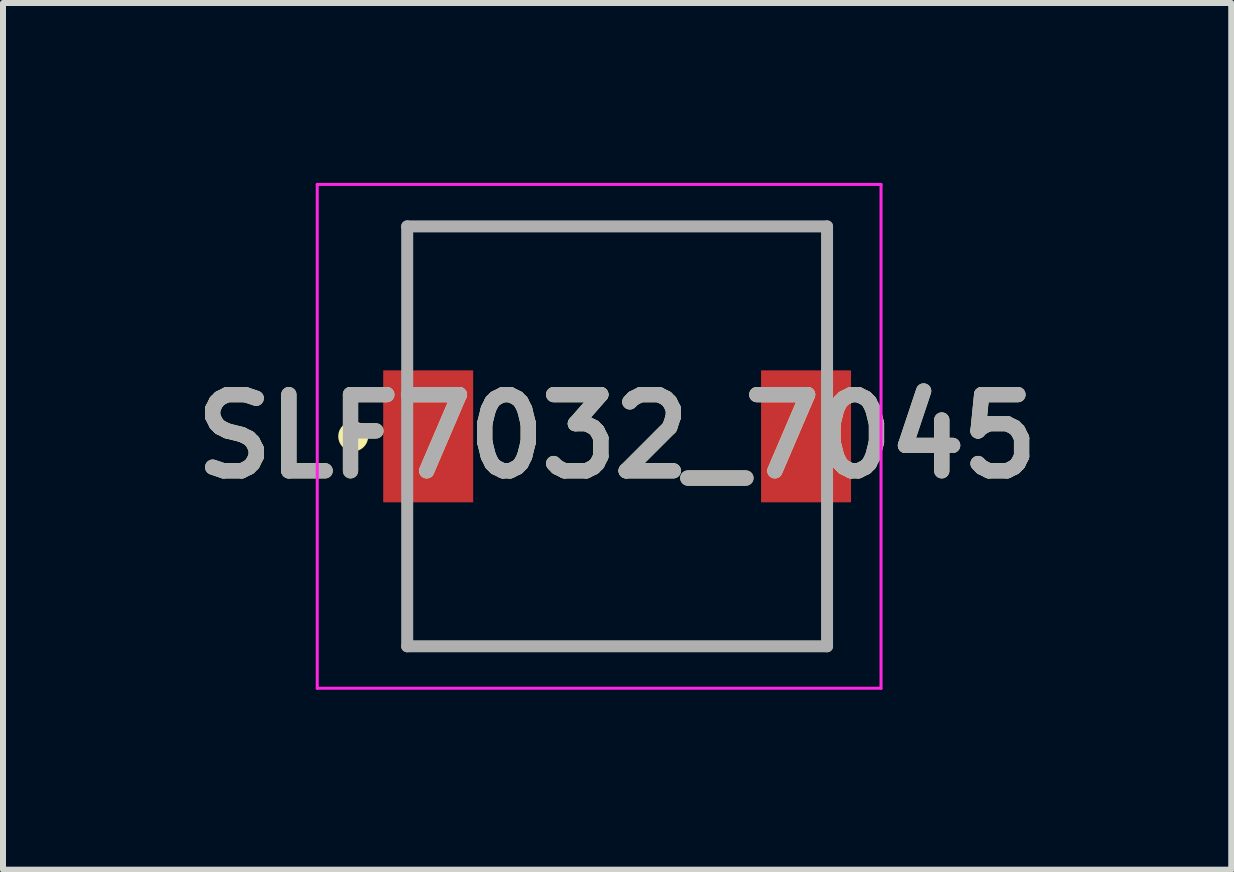
<source format=kicad_pcb>
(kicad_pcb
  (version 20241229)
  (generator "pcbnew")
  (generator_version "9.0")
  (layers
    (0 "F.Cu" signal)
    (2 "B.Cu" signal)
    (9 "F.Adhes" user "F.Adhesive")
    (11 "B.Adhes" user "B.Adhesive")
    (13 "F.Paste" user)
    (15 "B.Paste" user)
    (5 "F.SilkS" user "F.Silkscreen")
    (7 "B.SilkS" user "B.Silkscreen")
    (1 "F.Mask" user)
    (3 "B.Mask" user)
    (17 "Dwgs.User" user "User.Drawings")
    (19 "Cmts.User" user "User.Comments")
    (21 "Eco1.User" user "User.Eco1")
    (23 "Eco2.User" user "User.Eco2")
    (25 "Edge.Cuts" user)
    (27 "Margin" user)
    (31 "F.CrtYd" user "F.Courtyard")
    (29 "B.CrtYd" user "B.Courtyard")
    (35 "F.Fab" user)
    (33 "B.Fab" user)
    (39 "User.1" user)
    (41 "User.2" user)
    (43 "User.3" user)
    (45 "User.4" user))
  (footprint "SLF7032_7045"
    (layer "F.Cu")
    (at 7.239 4.225)
    (property "Reference" "SLF7032_7045" (at 0 0 0) (layer "F.SilkS") (effects (font (size 1.27 1.27) (thickness 0.254))))
    (attr smd)
    (fp_line (start -3.5 -3.5) (end 3.5 -3.5) (stroke (width 0.1) (type solid)) (layer "F.SilkS"))
    (fp_line (start 3.5 3.5) (end -3.5 3.5) (stroke (width 0.1) (type solid)) (layer "F.SilkS"))
    (fp_circle (center -4.4 0) (end -4.4 0.05) (stroke (width 0.2) (type solid)) (fill no) (layer "F.SilkS"))
    (fp_line (start -5 -4.2) (end 4.4 -4.2) (stroke (width 0.05) (type solid)) (layer "F.CrtYd"))
    (fp_line (start -5 4.2) (end -5 -4.2) (stroke (width 0.05) (type solid)) (layer "F.CrtYd"))
    (fp_line (start 4.4 -4.2) (end 4.4 4.2) (stroke (width 0.05) (type solid)) (layer "F.CrtYd"))
    (fp_line (start 4.4 4.2) (end -5 4.2) (stroke (width 0.05) (type solid)) (layer "F.CrtYd"))
    (fp_line (start -3.5 -3.5) (end 3.5 -3.5) (stroke (width 0.2) (type solid)) (layer "F.Fab"))
    (fp_line (start -3.5 3.5) (end -3.5 -3.5) (stroke (width 0.2) (type solid)) (layer "F.Fab"))
    (fp_line (start 3.5 -3.5) (end 3.5 3.5) (stroke (width 0.2) (type solid)) (layer "F.Fab"))
    (fp_line (start 3.5 3.5) (end -3.5 3.5) (stroke (width 0.2) (type solid)) (layer "F.Fab"))
    (fp_text user "${REFERENCE}" (at 0 0 0) (layer "F.Fab") (effects (font (size 1.27 1.27) (thickness 0.254))))
    (pad "1" smd rect (at -3.15 0) (size 1.5 2.2) (layers "F.Cu" "F.Mask" "F.Paste"))
    (pad "2" smd rect (at 3.15 0) (size 1.5 2.2) (layers "F.Cu" "F.Mask" "F.Paste")))
  (gr_rect
    (start -3 -3)
    (end 17.478 11.45)
    (stroke (width 0.1) (type default))
    (fill no)
    (layer "Edge.Cuts")))
</source>
